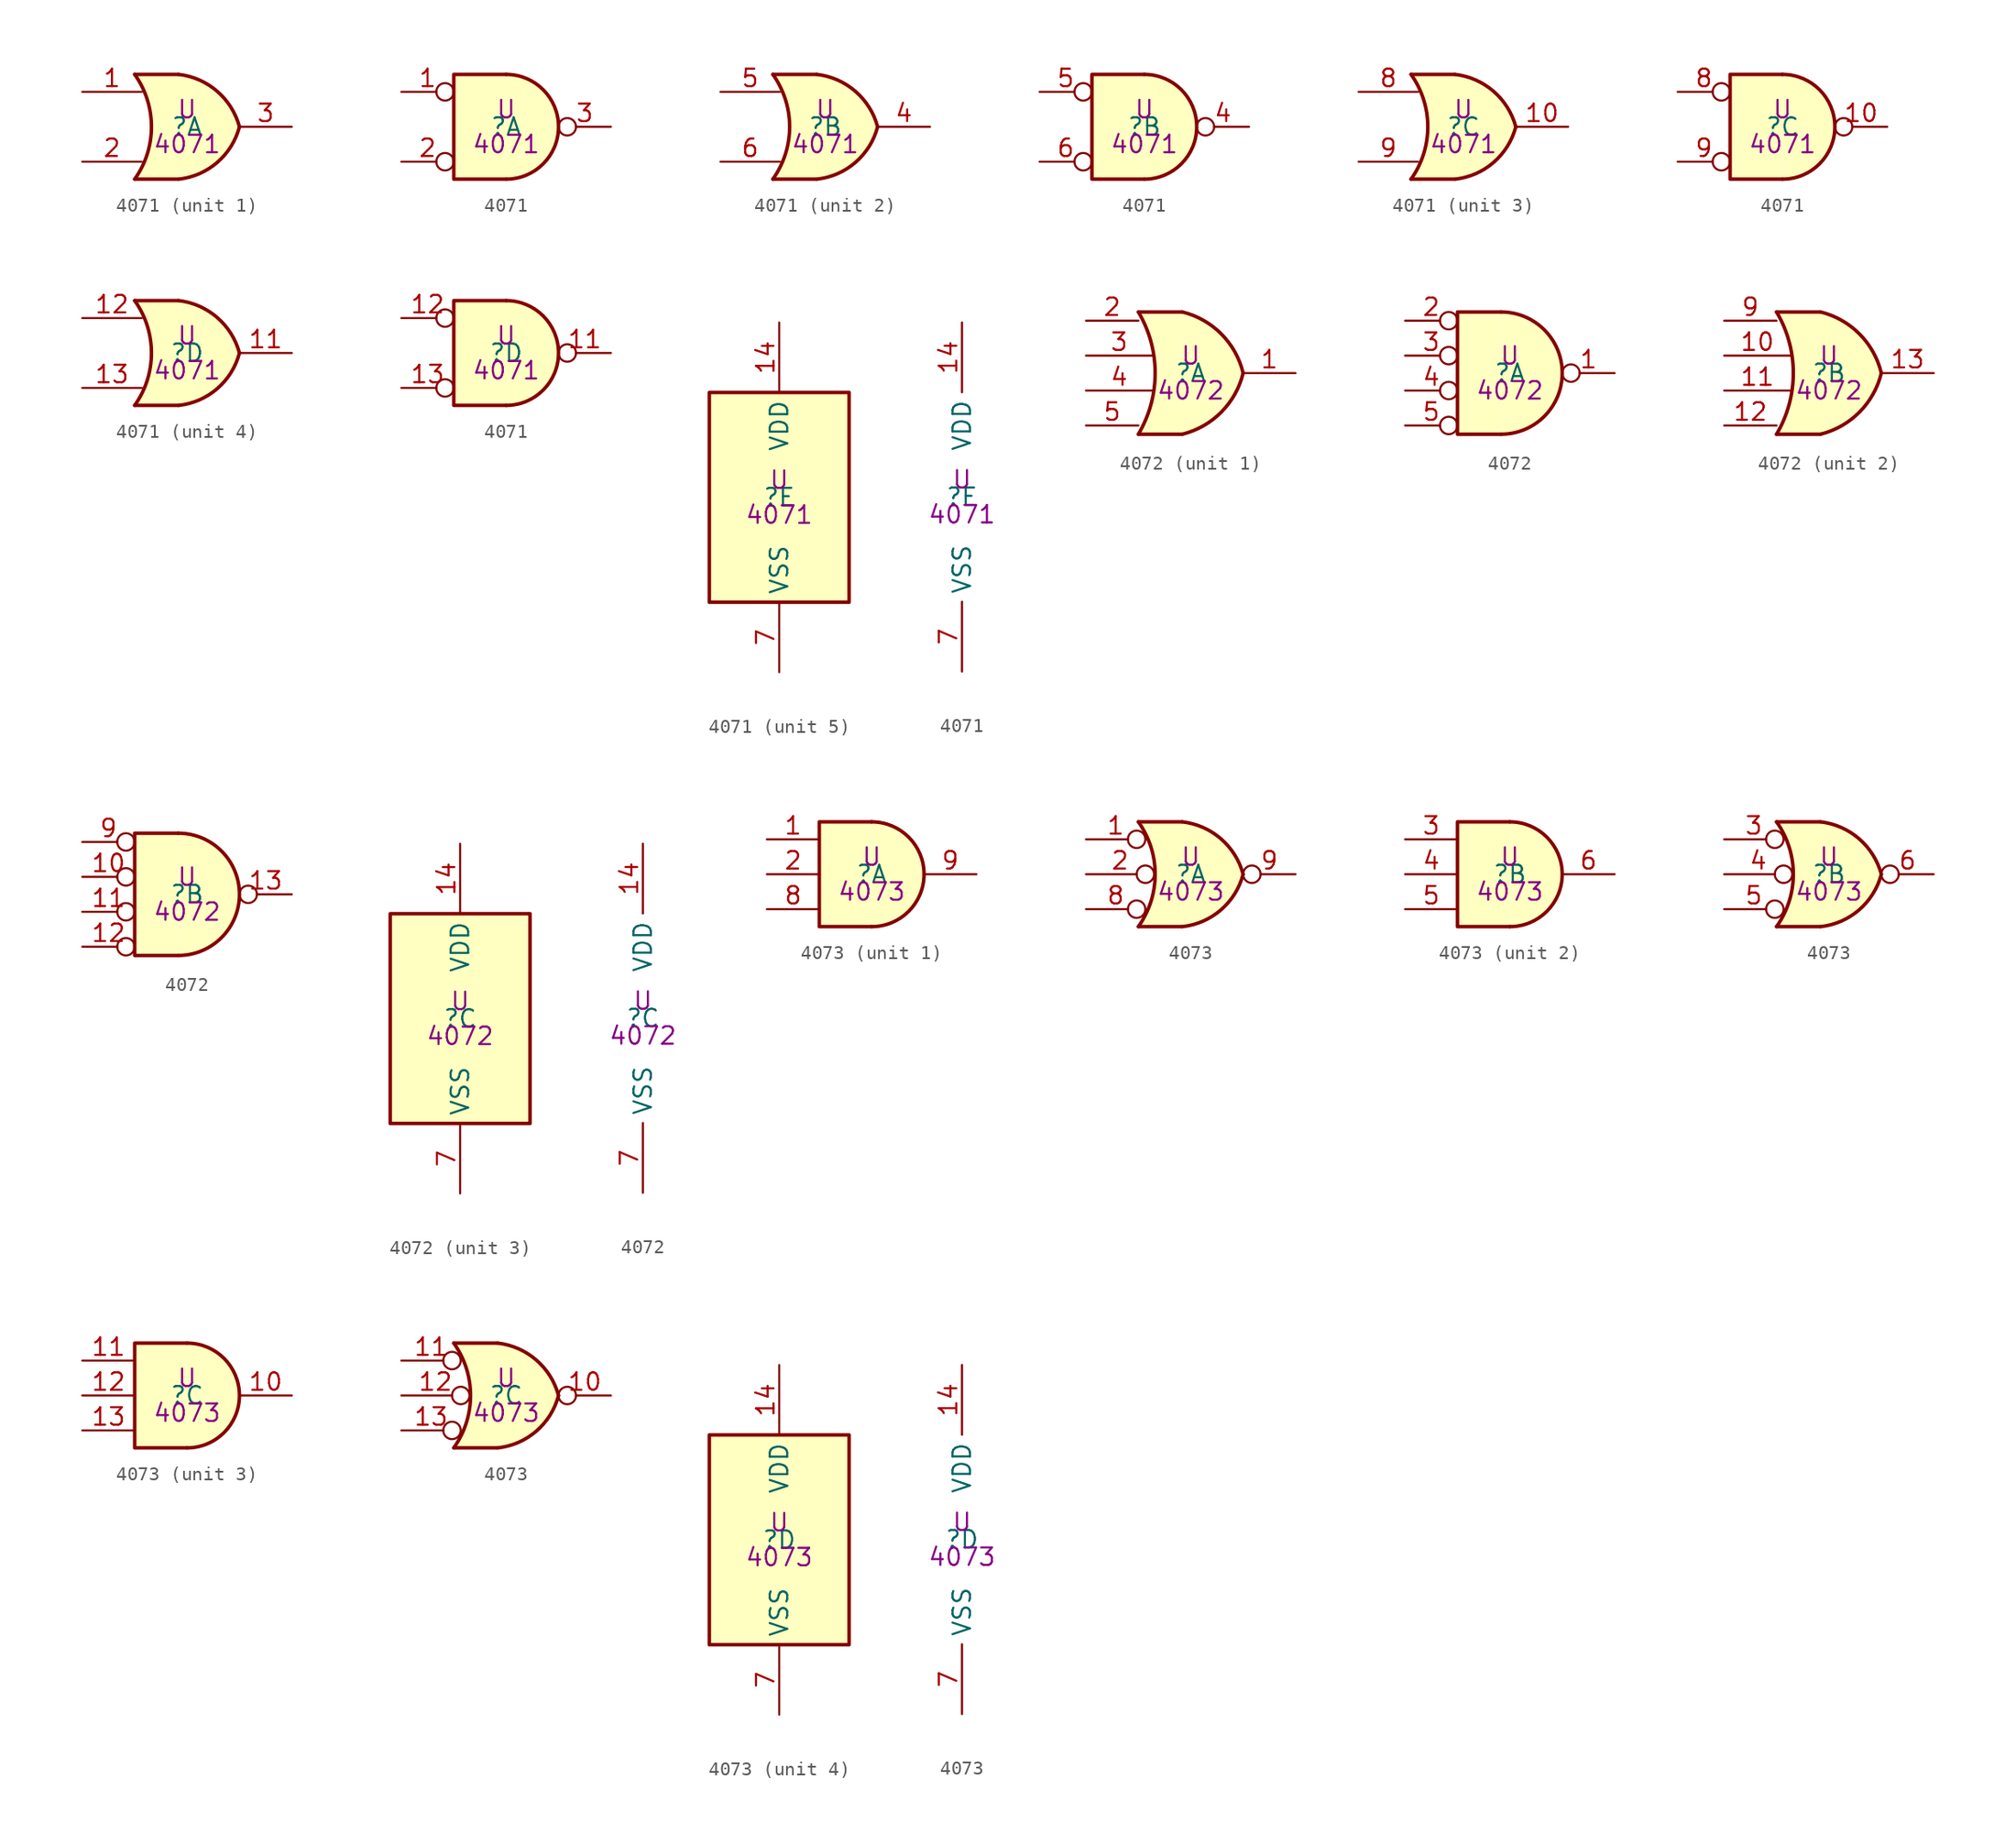
<source format=kicad_sym>
(kicad_symbol_lib
  (version 20200126)
  (host kicad_symbol_editor "(5.99.0-1075-g01a6d0067)")
  (symbol "4071"
    (property "ki_reference" "U"
      (at 0 1.27 0))
    (property "ki_value" "4071"
      (at 0 -1.27 0))
    (property "ki_locked" ""
      (at 0 0 0))
    (symbol "4071_1_1"
      (arc (start -3.81 3.81) (end -3.81 -3.81) (radius (at -9.144 0) (length 6.5532) (angles 35.4 -35.4)) (stroke (width 0.254)))
      (arc (start 3.81 0) (end -0.6096 3.81) (radius (at -1.1938 -1.3208) (length 5.1816) (angles 15 83.7)) (stroke (width 0.254)) (fill (type background)))
      (arc (start 3.81 0) (end -0.6096 -3.81) (radius (at -1.1938 1.3208) (length 5.1816) (angles -15 -83.7)) (stroke (width 0.254)) (fill (type background)))
      (polyline (pts (xy -3.81 -3.81) (xy -0.635 -3.81)) (stroke (width 0.254)) (fill (type background)))
      (polyline (pts (xy -3.81 3.81) (xy -0.635 3.81)) (stroke (width 0.254)) (fill (type background)))
      (polyline (pts (xy -0.635 3.81) (xy -3.81 3.81) (xy -3.81 3.81) (xy -3.556 3.404) (xy -3.023 2.261) (xy -2.692 1.041) (xy -2.616 -0.254) (xy -2.769 -1.499) (xy -3.175 -2.718) (xy -3.81 -3.81) (xy -3.81 -3.81) (xy -0.635 -3.81)) (stroke (width -25.4)) (fill (type background)))
      (pin input line (at -7.62 2.54 0) (length 4.318) (name "~") (number "1"))
      (pin input line (at -7.62 -2.54 0) (length 4.318) (name "~") (number "2"))
      (pin output line (at 7.62 0 180) (length 3.81) (name "~") (number "3")))
    (symbol "4071_2_1"
      (arc (start -3.81 3.81) (end -3.81 -3.81) (radius (at -9.144 0) (length 6.5532) (angles 35.4 -35.4)) (stroke (width 0.254)))
      (arc (start 3.81 0) (end -0.6096 3.81) (radius (at -1.1938 -1.3208) (length 5.1816) (angles 15 83.7)) (stroke (width 0.254)) (fill (type background)))
      (arc (start 3.81 0) (end -0.6096 -3.81) (radius (at -1.1938 1.3208) (length 5.1816) (angles -15 -83.7)) (stroke (width 0.254)) (fill (type background)))
      (polyline (pts (xy -3.81 -3.81) (xy -0.635 -3.81)) (stroke (width 0.254)) (fill (type background)))
      (polyline (pts (xy -3.81 3.81) (xy -0.635 3.81)) (stroke (width 0.254)) (fill (type background)))
      (polyline (pts (xy -0.635 3.81) (xy -3.81 3.81) (xy -3.81 3.81) (xy -3.556 3.404) (xy -3.023 2.261) (xy -2.692 1.041) (xy -2.616 -0.254) (xy -2.769 -1.499) (xy -3.175 -2.718) (xy -3.81 -3.81) (xy -3.81 -3.81) (xy -0.635 -3.81)) (stroke (width -25.4)) (fill (type background)))
      (pin output line (at 7.62 0 180) (length 3.81) (name "~") (number "4"))
      (pin input line (at -7.62 2.54 0) (length 4.318) (name "~") (number "5"))
      (pin input line (at -7.62 -2.54 0) (length 4.318) (name "~") (number "6")))
    (symbol "4071_3_1"
      (arc (start -3.81 3.81) (end -3.81 -3.81) (radius (at -9.144 0) (length 6.5532) (angles 35.4 -35.4)) (stroke (width 0.254)))
      (arc (start 3.81 0) (end -0.6096 3.81) (radius (at -1.1938 -1.3208) (length 5.1816) (angles 15 83.7)) (stroke (width 0.254)) (fill (type background)))
      (arc (start 3.81 0) (end -0.6096 -3.81) (radius (at -1.1938 1.3208) (length 5.1816) (angles -15 -83.7)) (stroke (width 0.254)) (fill (type background)))
      (polyline (pts (xy -3.81 -3.81) (xy -0.635 -3.81)) (stroke (width 0.254)) (fill (type background)))
      (polyline (pts (xy -3.81 3.81) (xy -0.635 3.81)) (stroke (width 0.254)) (fill (type background)))
      (polyline (pts (xy -0.635 3.81) (xy -3.81 3.81) (xy -3.81 3.81) (xy -3.556 3.404) (xy -3.023 2.261) (xy -2.692 1.041) (xy -2.616 -0.254) (xy -2.769 -1.499) (xy -3.175 -2.718) (xy -3.81 -3.81) (xy -3.81 -3.81) (xy -0.635 -3.81)) (stroke (width -25.4)) (fill (type background)))
      (pin output line (at 7.62 0 180) (length 3.81) (name "~") (number "10"))
      (pin input line (at -7.62 2.54 0) (length 4.318) (name "~") (number "8"))
      (pin input line (at -7.62 -2.54 0) (length 4.318) (name "~") (number "9")))
    (symbol "4071_4_1"
      (arc (start -3.81 3.81) (end -3.81 -3.81) (radius (at -9.144 0) (length 6.5532) (angles 35.4 -35.4)) (stroke (width 0.254)))
      (arc (start 3.81 0) (end -0.6096 3.81) (radius (at -1.1938 -1.3208) (length 5.1816) (angles 15 83.7)) (stroke (width 0.254)) (fill (type background)))
      (arc (start 3.81 0) (end -0.6096 -3.81) (radius (at -1.1938 1.3208) (length 5.1816) (angles -15 -83.7)) (stroke (width 0.254)) (fill (type background)))
      (polyline (pts (xy -3.81 -3.81) (xy -0.635 -3.81)) (stroke (width 0.254)) (fill (type background)))
      (polyline (pts (xy -3.81 3.81) (xy -0.635 3.81)) (stroke (width 0.254)) (fill (type background)))
      (polyline (pts (xy -0.635 3.81) (xy -3.81 3.81) (xy -3.81 3.81) (xy -3.556 3.404) (xy -3.023 2.261) (xy -2.692 1.041) (xy -2.616 -0.254) (xy -2.769 -1.499) (xy -3.175 -2.718) (xy -3.81 -3.81) (xy -3.81 -3.81) (xy -0.635 -3.81)) (stroke (width -25.4)) (fill (type background)))
      (pin output line (at 7.62 0 180) (length 3.81) (name "~") (number "11"))
      (pin input line (at -7.62 2.54 0) (length 4.318) (name "~") (number "12"))
      (pin input line (at -7.62 -2.54 0) (length 4.318) (name "~") (number "13")))
    (symbol "4071_1_2"
      (arc (start 0 -3.81) (end 0 3.81) (radius (at 0 0) (length 3.81) (angles -89.9 89.9)) (stroke (width 0.254)) (fill (type background)))
      (polyline (pts (xy 0 3.81) (xy -3.81 3.81) (xy -3.81 -3.81) (xy 0 -3.81)) (stroke (width 0.254)) (fill (type background)))
      (pin input inverted (at -7.62 2.54 0) (length 3.81) (name "~") (number "1"))
      (pin input inverted (at -7.62 -2.54 0) (length 3.81) (name "~") (number "2"))
      (pin output inverted (at 7.62 0 180) (length 3.81) (name "~") (number "3")))
    (symbol "4071_2_2"
      (arc (start 0 -3.81) (end 0 3.81) (radius (at 0 0) (length 3.81) (angles -89.9 89.9)) (stroke (width 0.254)) (fill (type background)))
      (polyline (pts (xy 0 3.81) (xy -3.81 3.81) (xy -3.81 -3.81) (xy 0 -3.81)) (stroke (width 0.254)) (fill (type background)))
      (pin output inverted (at 7.62 0 180) (length 3.81) (name "~") (number "4"))
      (pin input inverted (at -7.62 2.54 0) (length 3.81) (name "~") (number "5"))
      (pin input inverted (at -7.62 -2.54 0) (length 3.81) (name "~") (number "6")))
    (symbol "4071_3_2"
      (arc (start 0 -3.81) (end 0 3.81) (radius (at 0 0) (length 3.81) (angles -89.9 89.9)) (stroke (width 0.254)) (fill (type background)))
      (polyline (pts (xy 0 3.81) (xy -3.81 3.81) (xy -3.81 -3.81) (xy 0 -3.81)) (stroke (width 0.254)) (fill (type background)))
      (pin output inverted (at 7.62 0 180) (length 3.81) (name "~") (number "10"))
      (pin input inverted (at -7.62 2.54 0) (length 3.81) (name "~") (number "8"))
      (pin input inverted (at -7.62 -2.54 0) (length 3.81) (name "~") (number "9")))
    (symbol "4071_4_2"
      (arc (start 0 -3.81) (end 0 3.81) (radius (at 0 0) (length 3.81) (angles -89.9 89.9)) (stroke (width 0.254)) (fill (type background)))
      (polyline (pts (xy 0 3.81) (xy -3.81 3.81) (xy -3.81 -3.81) (xy 0 -3.81)) (stroke (width 0.254)) (fill (type background)))
      (pin output inverted (at 7.62 0 180) (length 3.81) (name "~") (number "11"))
      (pin input inverted (at -7.62 2.54 0) (length 3.81) (name "~") (number "12"))
      (pin input inverted (at -7.62 -2.54 0) (length 3.81) (name "~") (number "13")))
    (symbol "4071_5_1"
      (rectangle (start -5.08 7.62) (end 5.08 -7.62) (stroke (width 0.254)) (fill (type background))))
    (symbol "4071_5_0"
      (pin power_in line (at 0 12.7 270) (length 5.08) (name "VDD") (number "14"))
      (pin power_in line (at 0 -12.7 90) (length 5.08) (name "VSS") (number "7"))))
  (symbol "4072"
    (property "ki_reference" "U"
      (at 0 1.27 0))
    (property "ki_value" "4072"
      (at 0 -1.27 0))
    (property "ki_locked" ""
      (at 0 0 0))
    (symbol "4072_1_1"
      (arc (start -3.81 4.445) (end -3.81 -4.445) (radius (at -11.303 0) (length 8.7122) (angles 30.6 -30.6)) (stroke (width 0.254)))
      (arc (start 3.81 0) (end -0.6096 4.445) (radius (at -2.0574 -1.4224) (length 6.0452) (angles 13.7 76.8)) (stroke (width 0.254)) (fill (type background)))
      (arc (start 3.81 0) (end -0.6096 -4.445) (radius (at -2.0574 1.4224) (length 6.0452) (angles -13.7 -76.8)) (stroke (width 0.254)) (fill (type background)))
      (polyline (pts (xy -3.81 -4.445) (xy -0.635 -4.445)) (stroke (width 0.254)) (fill (type background)))
      (polyline (pts (xy -3.81 4.445) (xy -0.635 4.445)) (stroke (width 0.254)) (fill (type background)))
      (polyline (pts (xy -0.635 4.445) (xy -3.81 4.445) (xy -3.81 4.445) (xy -3.632 4.089) (xy -3.099 2.921) (xy -2.769 1.676) (xy -2.616 0.432) (xy -2.642 -0.864) (xy -2.87 -2.108) (xy -3.251 -3.327) (xy -3.81 -4.445) (xy -3.81 -4.445) (xy -0.635 -4.445)) (stroke (width -25.4)) (fill (type background)))
      (pin output line (at 7.62 0 180) (length 3.81) (name "~") (number "1"))
      (pin input line (at -7.62 3.81 0) (length 3.81) (name "~") (number "2"))
      (pin input line (at -7.62 1.27 0) (length 4.826) (name "~") (number "3"))
      (pin input line (at -7.62 -1.27 0) (length 4.826) (name "~") (number "4"))
      (pin input line (at -7.62 -3.81 0) (length 3.81) (name "~") (number "5")))
    (symbol "4072_2_1"
      (arc (start -3.81 4.445) (end -3.81 -4.445) (radius (at -11.303 0) (length 8.7122) (angles 30.6 -30.6)) (stroke (width 0.254)))
      (arc (start 3.81 0) (end -0.6096 4.445) (radius (at -2.0574 -1.4224) (length 6.0452) (angles 13.7 76.8)) (stroke (width 0.254)) (fill (type background)))
      (arc (start 3.81 0) (end -0.6096 -4.445) (radius (at -2.0574 1.4224) (length 6.0452) (angles -13.7 -76.8)) (stroke (width 0.254)) (fill (type background)))
      (polyline (pts (xy -3.81 -4.445) (xy -0.635 -4.445)) (stroke (width 0.254)) (fill (type background)))
      (polyline (pts (xy -3.81 4.445) (xy -0.635 4.445)) (stroke (width 0.254)) (fill (type background)))
      (polyline (pts (xy -0.635 4.445) (xy -3.81 4.445) (xy -3.81 4.445) (xy -3.632 4.089) (xy -3.099 2.921) (xy -2.769 1.676) (xy -2.616 0.432) (xy -2.642 -0.864) (xy -2.87 -2.108) (xy -3.251 -3.327) (xy -3.81 -4.445) (xy -3.81 -4.445) (xy -0.635 -4.445)) (stroke (width -25.4)) (fill (type background)))
      (pin input line (at -7.62 1.27 0) (length 4.826) (name "~") (number "10"))
      (pin input line (at -7.62 -1.27 0) (length 4.826) (name "~") (number "11"))
      (pin input line (at -7.62 -3.81 0) (length 3.81) (name "~") (number "12"))
      (pin output line (at 7.62 0 180) (length 3.81) (name "~") (number "13"))
      (pin input line (at -7.62 3.81 0) (length 3.81) (name "~") (number "9")))
    (symbol "4072_1_2"
      (arc (start -0.635 -4.445) (end -0.635 4.445) (radius (at -0.635 0) (length 4.445) (angles -89.9 89.9)) (stroke (width 0.254)) (fill (type background)))
      (polyline (pts (xy -0.635 4.445) (xy -3.81 4.445) (xy -3.81 -4.445) (xy -0.635 -4.445)) (stroke (width 0.254)) (fill (type background)))
      (pin output inverted (at 7.62 0 180) (length 3.81) (name "~") (number "1"))
      (pin input inverted (at -7.62 3.81 0) (length 3.81) (name "~") (number "2"))
      (pin input inverted (at -7.62 1.27 0) (length 3.81) (name "~") (number "3"))
      (pin input inverted (at -7.62 -1.27 0) (length 3.81) (name "~") (number "4"))
      (pin input inverted (at -7.62 -3.81 0) (length 3.81) (name "~") (number "5")))
    (symbol "4072_2_2"
      (arc (start -0.635 -4.445) (end -0.635 4.445) (radius (at -0.635 0) (length 4.445) (angles -89.9 89.9)) (stroke (width 0.254)) (fill (type background)))
      (polyline (pts (xy -0.635 4.445) (xy -3.81 4.445) (xy -3.81 -4.445) (xy -0.635 -4.445)) (stroke (width 0.254)) (fill (type background)))
      (pin input inverted (at -7.62 1.27 0) (length 3.81) (name "~") (number "10"))
      (pin input inverted (at -7.62 -1.27 0) (length 3.81) (name "~") (number "11"))
      (pin input inverted (at -7.62 -3.81 0) (length 3.81) (name "~") (number "12"))
      (pin output inverted (at 7.62 0 180) (length 3.81) (name "~") (number "13"))
      (pin input inverted (at -7.62 3.81 0) (length 3.81) (name "~") (number "9")))
    (symbol "4072_3_1"
      (rectangle (start -5.08 7.62) (end 5.08 -7.62) (stroke (width 0.254)) (fill (type background))))
    (symbol "4072_3_0"
      (pin power_in line (at 0 12.7 270) (length 5.08) (name "VDD") (number "14"))
      (pin power_in line (at 0 -12.7 90) (length 5.08) (name "VSS") (number "7"))))
  (symbol "4073"
    (property "ki_reference" "U"
      (at 0 1.27 0))
    (property "ki_value" "4073"
      (at 0 -1.27 0))
    (property "ki_locked" ""
      (at 0 0 0))
    (symbol "4073_1_1"
      (arc (start 0 -3.81) (end 0 3.81) (radius (at 0 0) (length 3.81) (angles -89.9 89.9)) (stroke (width 0.254)) (fill (type background)))
      (polyline (pts (xy 0 3.81) (xy -3.81 3.81) (xy -3.81 -3.81) (xy 0 -3.81)) (stroke (width 0.254)) (fill (type background)))
      (pin input line (at -7.62 2.54 0) (length 3.81) (name "~") (number "1"))
      (pin input line (at -7.62 0 0) (length 3.81) (name "~") (number "2"))
      (pin input line (at -7.62 -2.54 0) (length 3.81) (name "~") (number "8"))
      (pin output line (at 7.62 0 180) (length 3.81) (name "~") (number "9")))
    (symbol "4073_2_1"
      (arc (start 0 -3.81) (end 0 3.81) (radius (at 0 0) (length 3.81) (angles -89.9 89.9)) (stroke (width 0.254)) (fill (type background)))
      (polyline (pts (xy 0 3.81) (xy -3.81 3.81) (xy -3.81 -3.81) (xy 0 -3.81)) (stroke (width 0.254)) (fill (type background)))
      (pin input line (at -7.62 2.54 0) (length 3.81) (name "~") (number "3"))
      (pin input line (at -7.62 0 0) (length 3.81) (name "~") (number "4"))
      (pin input line (at -7.62 -2.54 0) (length 3.81) (name "~") (number "5"))
      (pin output line (at 7.62 0 180) (length 3.81) (name "~") (number "6")))
    (symbol "4073_3_1"
      (arc (start 0 -3.81) (end 0 3.81) (radius (at 0 0) (length 3.81) (angles -89.9 89.9)) (stroke (width 0.254)) (fill (type background)))
      (polyline (pts (xy 0 3.81) (xy -3.81 3.81) (xy -3.81 -3.81) (xy 0 -3.81)) (stroke (width 0.254)) (fill (type background)))
      (pin output line (at 7.62 0 180) (length 3.81) (name "~") (number "10"))
      (pin input line (at -7.62 2.54 0) (length 3.81) (name "~") (number "11"))
      (pin input line (at -7.62 0 0) (length 3.81) (name "~") (number "12"))
      (pin input line (at -7.62 -2.54 0) (length 3.81) (name "~") (number "13")))
    (symbol "4073_1_2"
      (arc (start -3.81 3.81) (end -3.81 -3.81) (radius (at -9.144 0) (length 6.5532) (angles 35.4 -35.4)) (stroke (width 0.254)))
      (arc (start 3.81 0) (end -0.6096 3.81) (radius (at -1.1938 -1.3208) (length 5.1816) (angles 15 83.7)) (stroke (width 0.254)) (fill (type background)))
      (arc (start 3.81 0) (end -0.6096 -3.81) (radius (at -1.1938 1.3208) (length 5.1816) (angles -15 -83.7)) (stroke (width 0.254)) (fill (type background)))
      (polyline (pts (xy -3.81 -3.81) (xy -0.635 -3.81)) (stroke (width 0.254)) (fill (type background)))
      (polyline (pts (xy -3.81 3.81) (xy -0.635 3.81)) (stroke (width 0.254)) (fill (type background)))
      (polyline (pts (xy -0.635 3.81) (xy -3.81 3.81) (xy -3.81 3.81) (xy -3.556 3.404) (xy -3.023 2.261) (xy -2.692 1.041) (xy -2.616 -0.254) (xy -2.769 -1.499) (xy -3.175 -2.718) (xy -3.81 -3.81) (xy -3.81 -3.81) (xy -0.635 -3.81)) (stroke (width -25.4)) (fill (type background)))
      (pin input inverted (at -7.62 2.54 0) (length 4.318) (name "~") (number "1"))
      (pin input inverted (at -7.62 0 0) (length 4.953) (name "~") (number "2"))
      (pin input inverted (at -7.62 -2.54 0) (length 4.318) (name "~") (number "8"))
      (pin output inverted (at 7.62 0 180) (length 3.81) (name "~") (number "9")))
    (symbol "4073_2_2"
      (arc (start -3.81 3.81) (end -3.81 -3.81) (radius (at -9.144 0) (length 6.5532) (angles 35.4 -35.4)) (stroke (width 0.254)))
      (arc (start 3.81 0) (end -0.6096 3.81) (radius (at -1.1938 -1.3208) (length 5.1816) (angles 15 83.7)) (stroke (width 0.254)) (fill (type background)))
      (arc (start 3.81 0) (end -0.6096 -3.81) (radius (at -1.1938 1.3208) (length 5.1816) (angles -15 -83.7)) (stroke (width 0.254)) (fill (type background)))
      (polyline (pts (xy -3.81 -3.81) (xy -0.635 -3.81)) (stroke (width 0.254)) (fill (type background)))
      (polyline (pts (xy -3.81 3.81) (xy -0.635 3.81)) (stroke (width 0.254)) (fill (type background)))
      (polyline (pts (xy -0.635 3.81) (xy -3.81 3.81) (xy -3.81 3.81) (xy -3.556 3.404) (xy -3.023 2.261) (xy -2.692 1.041) (xy -2.616 -0.254) (xy -2.769 -1.499) (xy -3.175 -2.718) (xy -3.81 -3.81) (xy -3.81 -3.81) (xy -0.635 -3.81)) (stroke (width -25.4)) (fill (type background)))
      (pin input inverted (at -7.62 2.54 0) (length 4.318) (name "~") (number "3"))
      (pin input inverted (at -7.62 0 0) (length 4.953) (name "~") (number "4"))
      (pin input inverted (at -7.62 -2.54 0) (length 4.318) (name "~") (number "5"))
      (pin output inverted (at 7.62 0 180) (length 3.81) (name "~") (number "6")))
    (symbol "4073_3_2"
      (arc (start -3.81 3.81) (end -3.81 -3.81) (radius (at -9.144 0) (length 6.5532) (angles 35.4 -35.4)) (stroke (width 0.254)))
      (arc (start 3.81 0) (end -0.6096 3.81) (radius (at -1.1938 -1.3208) (length 5.1816) (angles 15 83.7)) (stroke (width 0.254)) (fill (type background)))
      (arc (start 3.81 0) (end -0.6096 -3.81) (radius (at -1.1938 1.3208) (length 5.1816) (angles -15 -83.7)) (stroke (width 0.254)) (fill (type background)))
      (polyline (pts (xy -3.81 -3.81) (xy -0.635 -3.81)) (stroke (width 0.254)) (fill (type background)))
      (polyline (pts (xy -3.81 3.81) (xy -0.635 3.81)) (stroke (width 0.254)) (fill (type background)))
      (polyline (pts (xy -0.635 3.81) (xy -3.81 3.81) (xy -3.81 3.81) (xy -3.556 3.404) (xy -3.023 2.261) (xy -2.692 1.041) (xy -2.616 -0.254) (xy -2.769 -1.499) (xy -3.175 -2.718) (xy -3.81 -3.81) (xy -3.81 -3.81) (xy -0.635 -3.81)) (stroke (width -25.4)) (fill (type background)))
      (pin output inverted (at 7.62 0 180) (length 3.81) (name "~") (number "10"))
      (pin input inverted (at -7.62 2.54 0) (length 4.318) (name "~") (number "11"))
      (pin input inverted (at -7.62 0 0) (length 4.953) (name "~") (number "12"))
      (pin input inverted (at -7.62 -2.54 0) (length 4.318) (name "~") (number "13")))
    (symbol "4073_4_1"
      (rectangle (start -5.08 7.62) (end 5.08 -7.62) (stroke (width 0.254)) (fill (type background))))
    (symbol "4073_4_0"
      (pin power_in line (at 0 12.7 270) (length 5.08) (name "VDD") (number "14"))
      (pin power_in line (at 0 -12.7 90) (length 5.08) (name "VSS") (number "7")))))
</source>
